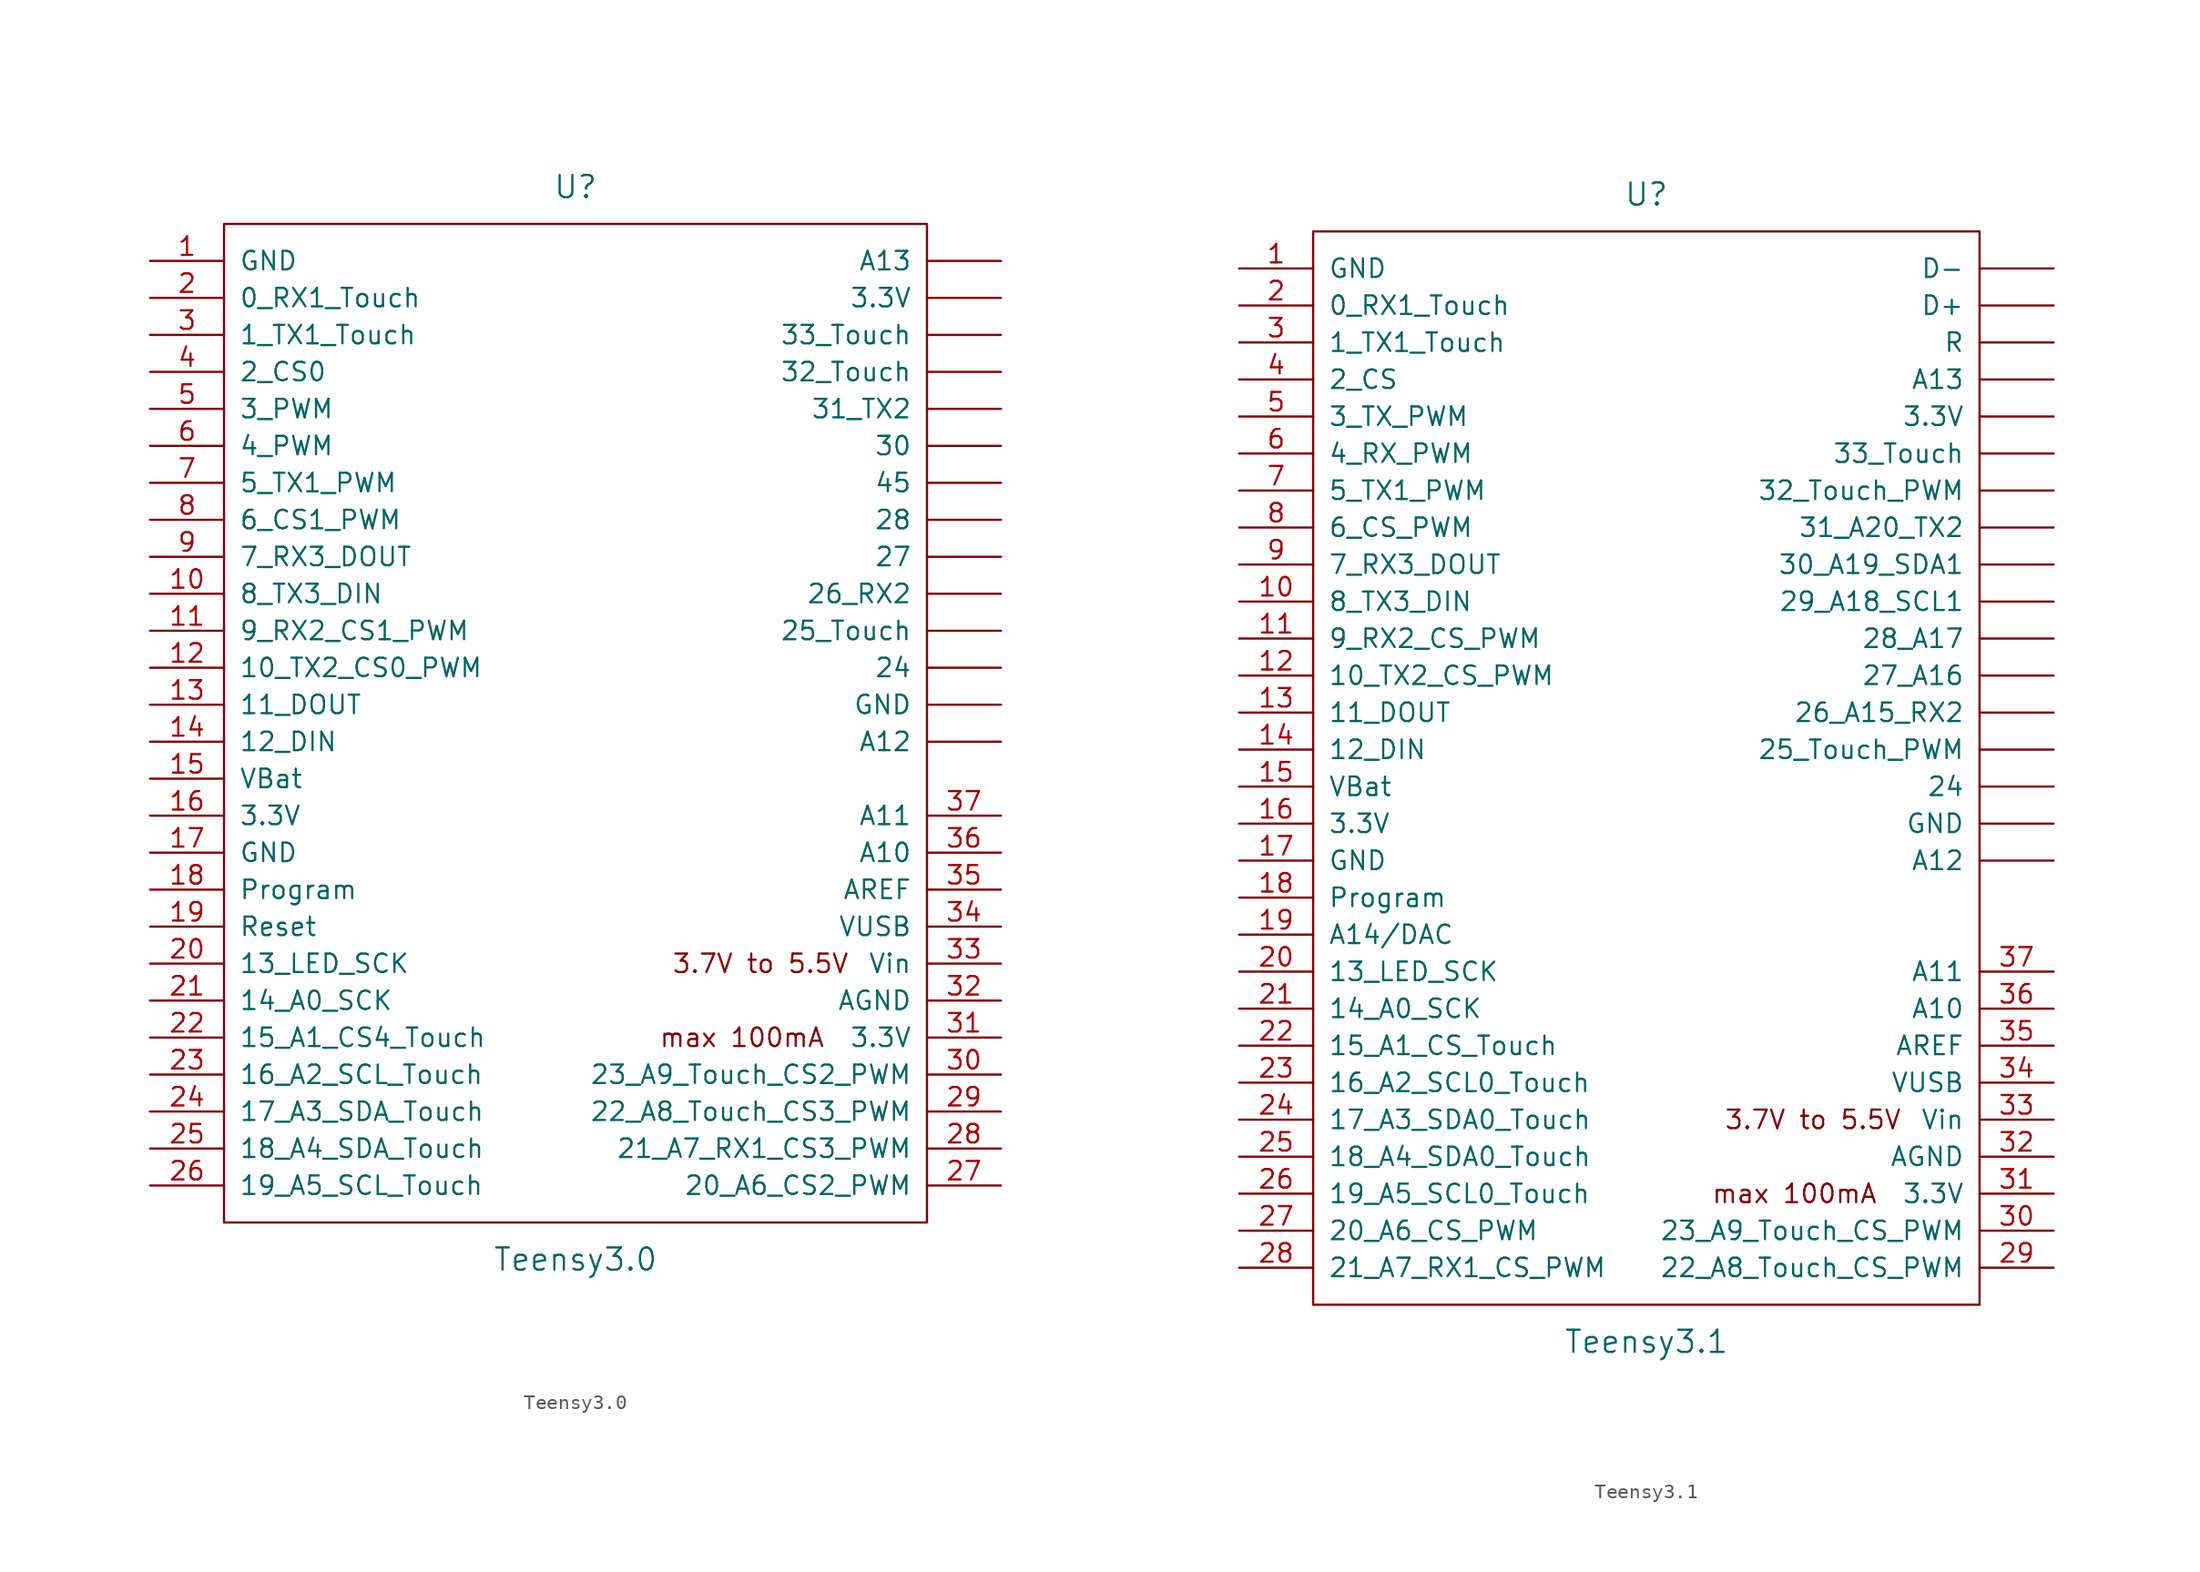
<source format=kicad_sym>
(kicad_symbol_lib
  (version 20201005)
  (generator kicad_symbol_editor)
  (symbol "teensy:Teensy3.0"
    (pin_names
      (offset 1.016))
    (property "Reference" "U"
      (at 0 36.83 0)
      (effects (font (size 1.524 1.524))))
    (property "Value" "Teensy3.0"
      (at 0 -36.83 0)
      (effects (font (size 1.524 1.524))))
    (property "Footprint" ""
      (at 0 -21.59 0)
      (effects (font (size 1.524 1.524))))
    (property "Datasheet" ""
      (at 0 -21.59 0)
      (effects (font (size 1.524 1.524))))
    (symbol "Teensy3.0_0_0"
      (text "3.7V to 5.5V" (at 12.7 -16.51 0) (effects (font (size 1.27 1.27))))
      (text "max 100mA" (at 11.43 -21.59 0) (effects (font (size 1.27 1.27)))))
    (symbol "Teensy3.0_0_1"
      (rectangle (start -24.13 34.29) (end 24.13 -34.29) (stroke (width 0)) (fill (type none))))
    (symbol "Teensy3.0_1_1"
      (pin power_in line (at -29.21 31.75 0) (length 5.08) (name "GND" (effects (font (size 1.27 1.27)))) (number "1" (effects (font (size 1.27 1.27)))))
      (pin bidirectional line (at -29.21 8.89 0) (length 5.08) (name "8_TX3_DIN" (effects (font (size 1.27 1.27)))) (number "10" (effects (font (size 1.27 1.27)))))
      (pin bidirectional line (at -29.21 6.35 0) (length 5.08) (name "9_RX2_CS1_PWM" (effects (font (size 1.27 1.27)))) (number "11" (effects (font (size 1.27 1.27)))))
      (pin bidirectional line (at -29.21 3.81 0) (length 5.08) (name "10_TX2_CS0_PWM" (effects (font (size 1.27 1.27)))) (number "12" (effects (font (size 1.27 1.27)))))
      (pin bidirectional line (at -29.21 1.27 0) (length 5.08) (name "11_DOUT" (effects (font (size 1.27 1.27)))) (number "13" (effects (font (size 1.27 1.27)))))
      (pin bidirectional line (at -29.21 -1.27 0) (length 5.08) (name "12_DIN" (effects (font (size 1.27 1.27)))) (number "14" (effects (font (size 1.27 1.27)))))
      (pin power_in line (at -29.21 -3.81 0) (length 5.08) (name "VBat" (effects (font (size 1.27 1.27)))) (number "15" (effects (font (size 1.27 1.27)))))
      (pin power_in line (at -29.21 -6.35 0) (length 5.08) (name "3.3V" (effects (font (size 1.27 1.27)))) (number "16" (effects (font (size 1.27 1.27)))))
      (pin power_in line (at -29.21 -8.89 0) (length 5.08) (name "GND" (effects (font (size 1.27 1.27)))) (number "17" (effects (font (size 1.27 1.27)))))
      (pin input line (at -29.21 -11.43 0) (length 5.08) (name "Program" (effects (font (size 1.27 1.27)))) (number "18" (effects (font (size 1.27 1.27)))))
      (pin input line (at -29.21 -13.97 0) (length 5.08) (name "Reset" (effects (font (size 1.27 1.27)))) (number "19" (effects (font (size 1.27 1.27)))))
      (pin bidirectional line (at -29.21 29.21 0) (length 5.08) (name "0_RX1_Touch" (effects (font (size 1.27 1.27)))) (number "2" (effects (font (size 1.27 1.27)))))
      (pin bidirectional line (at -29.21 -16.51 0) (length 5.08) (name "13_LED_SCK" (effects (font (size 1.27 1.27)))) (number "20" (effects (font (size 1.27 1.27)))))
      (pin bidirectional line (at -29.21 -19.05 0) (length 5.08) (name "14_A0_SCK" (effects (font (size 1.27 1.27)))) (number "21" (effects (font (size 1.27 1.27)))))
      (pin bidirectional line (at -29.21 -21.59 0) (length 5.08) (name "15_A1_CS4_Touch" (effects (font (size 1.27 1.27)))) (number "22" (effects (font (size 1.27 1.27)))))
      (pin bidirectional line (at -29.21 -24.13 0) (length 5.08) (name "16_A2_SCL_Touch" (effects (font (size 1.27 1.27)))) (number "23" (effects (font (size 1.27 1.27)))))
      (pin bidirectional line (at -29.21 -26.67 0) (length 5.08) (name "17_A3_SDA_Touch" (effects (font (size 1.27 1.27)))) (number "24" (effects (font (size 1.27 1.27)))))
      (pin bidirectional line (at -29.21 -29.21 0) (length 5.08) (name "18_A4_SDA_Touch" (effects (font (size 1.27 1.27)))) (number "25" (effects (font (size 1.27 1.27)))))
      (pin bidirectional line (at -29.21 -31.75 0) (length 5.08) (name "19_A5_SCL_Touch" (effects (font (size 1.27 1.27)))) (number "26" (effects (font (size 1.27 1.27)))))
      (pin bidirectional line (at 29.21 -31.75 180) (length 5.08) (name "20_A6_CS2_PWM" (effects (font (size 1.27 1.27)))) (number "27" (effects (font (size 1.27 1.27)))))
      (pin bidirectional line (at 29.21 -29.21 180) (length 5.08) (name "21_A7_RX1_CS3_PWM" (effects (font (size 1.27 1.27)))) (number "28" (effects (font (size 1.27 1.27)))))
      (pin bidirectional line (at 29.21 -26.67 180) (length 5.08) (name "22_A8_Touch_CS3_PWM" (effects (font (size 1.27 1.27)))) (number "29" (effects (font (size 1.27 1.27)))))
      (pin bidirectional line (at -29.21 26.67 0) (length 5.08) (name "1_TX1_Touch" (effects (font (size 1.27 1.27)))) (number "3" (effects (font (size 1.27 1.27)))))
      (pin bidirectional line (at 29.21 -24.13 180) (length 5.08) (name "23_A9_Touch_CS2_PWM" (effects (font (size 1.27 1.27)))) (number "30" (effects (font (size 1.27 1.27)))))
      (pin power_out line (at 29.21 -21.59 180) (length 5.08) (name "3.3V" (effects (font (size 1.27 1.27)))) (number "31" (effects (font (size 1.27 1.27)))))
      (pin power_out line (at 29.21 -19.05 180) (length 5.08) (name "AGND" (effects (font (size 1.27 1.27)))) (number "32" (effects (font (size 1.27 1.27)))))
      (pin power_in line (at 29.21 -16.51 180) (length 5.08) (name "Vin" (effects (font (size 1.27 1.27)))) (number "33" (effects (font (size 1.27 1.27)))))
      (pin power_in line (at 29.21 -13.97 180) (length 5.08) (name "VUSB" (effects (font (size 1.27 1.27)))) (number "34" (effects (font (size 1.27 1.27)))))
      (pin input line (at 29.21 -11.43 180) (length 5.08) (name "AREF" (effects (font (size 1.27 1.27)))) (number "35" (effects (font (size 1.27 1.27)))))
      (pin bidirectional line (at 29.21 -8.89 180) (length 5.08) (name "A10" (effects (font (size 1.27 1.27)))) (number "36" (effects (font (size 1.27 1.27)))))
      (pin bidirectional line (at 29.21 -6.35 180) (length 5.08) (name "A11" (effects (font (size 1.27 1.27)))) (number "37" (effects (font (size 1.27 1.27)))))
      (pin bidirectional line (at -29.21 24.13 0) (length 5.08) (name "2_CS0" (effects (font (size 1.27 1.27)))) (number "4" (effects (font (size 1.27 1.27)))))
      (pin bidirectional line (at -29.21 21.59 0) (length 5.08) (name "3_PWM" (effects (font (size 1.27 1.27)))) (number "5" (effects (font (size 1.27 1.27)))))
      (pin bidirectional line (at -29.21 19.05 0) (length 5.08) (name "4_PWM" (effects (font (size 1.27 1.27)))) (number "6" (effects (font (size 1.27 1.27)))))
      (pin bidirectional line (at -29.21 16.51 0) (length 5.08) (name "5_TX1_PWM" (effects (font (size 1.27 1.27)))) (number "7" (effects (font (size 1.27 1.27)))))
      (pin bidirectional line (at -29.21 13.97 0) (length 5.08) (name "6_CS1_PWM" (effects (font (size 1.27 1.27)))) (number "8" (effects (font (size 1.27 1.27)))))
      (pin bidirectional line (at -29.21 11.43 0) (length 5.08) (name "7_RX3_DOUT" (effects (font (size 1.27 1.27)))) (number "9" (effects (font (size 1.27 1.27)))))
      (pin bidirectional line (at 29.21 3.81 180) (length 5.08) (name "24" (effects (font (size 1.27 1.27)))) (number "~" (effects (font (size 1.27 1.27)))))
      (pin bidirectional line (at 29.21 6.35 180) (length 5.08) (name "25_Touch" (effects (font (size 1.27 1.27)))) (number "~" (effects (font (size 1.27 1.27)))))
      (pin bidirectional line (at 29.21 8.89 180) (length 5.08) (name "26_RX2" (effects (font (size 1.27 1.27)))) (number "~" (effects (font (size 1.27 1.27)))))
      (pin bidirectional line (at 29.21 11.43 180) (length 5.08) (name "27" (effects (font (size 1.27 1.27)))) (number "~" (effects (font (size 1.27 1.27)))))
      (pin bidirectional line (at 29.21 13.97 180) (length 5.08) (name "28" (effects (font (size 1.27 1.27)))) (number "~" (effects (font (size 1.27 1.27)))))
      (pin power_in line (at 29.21 29.21 180) (length 5.08) (name "3.3V" (effects (font (size 1.27 1.27)))) (number "~" (effects (font (size 1.27 1.27)))))
      (pin bidirectional line (at 29.21 19.05 180) (length 5.08) (name "30" (effects (font (size 1.27 1.27)))) (number "~" (effects (font (size 1.27 1.27)))))
      (pin bidirectional line (at 29.21 21.59 180) (length 5.08) (name "31_TX2" (effects (font (size 1.27 1.27)))) (number "~" (effects (font (size 1.27 1.27)))))
      (pin bidirectional line (at 29.21 24.13 180) (length 5.08) (name "32_Touch" (effects (font (size 1.27 1.27)))) (number "~" (effects (font (size 1.27 1.27)))))
      (pin bidirectional line (at 29.21 26.67 180) (length 5.08) (name "33_Touch" (effects (font (size 1.27 1.27)))) (number "~" (effects (font (size 1.27 1.27)))))
      (pin bidirectional line (at 29.21 16.51 180) (length 5.08) (name "45" (effects (font (size 1.27 1.27)))) (number "~" (effects (font (size 1.27 1.27)))))
      (pin bidirectional line (at 29.21 -1.27 180) (length 5.08) (name "A12" (effects (font (size 1.27 1.27)))) (number "~" (effects (font (size 1.27 1.27)))))
      (pin bidirectional line (at 29.21 31.75 180) (length 5.08) (name "A13" (effects (font (size 1.27 1.27)))) (number "~" (effects (font (size 1.27 1.27)))))
      (pin power_in line (at 29.21 1.27 180) (length 5.08) (name "GND" (effects (font (size 1.27 1.27)))) (number "~" (effects (font (size 1.27 1.27)))))))
  (symbol "teensy:Teensy3.1"
    (pin_names
      (offset 1.016))
    (property "Reference" "U"
      (at 0 39.37 0)
      (effects (font (size 1.524 1.524))))
    (property "Value" "Teensy3.1"
      (at 0 -39.37 0)
      (effects (font (size 1.524 1.524))))
    (property "Footprint" ""
      (at 0 -19.05 0)
      (effects (font (size 1.524 1.524))))
    (property "Datasheet" ""
      (at 0 -19.05 0)
      (effects (font (size 1.524 1.524))))
    (symbol "Teensy3.1_0_0"
      (text "3.7V to 5.5V" (at 11.43 -24.13 0) (effects (font (size 1.27 1.27))))
      (text "max 100mA" (at 10.16 -29.21 0) (effects (font (size 1.27 1.27)))))
    (symbol "Teensy3.1_0_1"
      (rectangle (start -22.86 36.83) (end 22.86 -36.83) (stroke (width 0)) (fill (type none))))
    (symbol "Teensy3.1_1_1"
      (pin power_in line (at -27.94 34.29 0) (length 5.08) (name "GND" (effects (font (size 1.27 1.27)))) (number "1" (effects (font (size 1.27 1.27)))))
      (pin bidirectional line (at -27.94 11.43 0) (length 5.08) (name "8_TX3_DIN" (effects (font (size 1.27 1.27)))) (number "10" (effects (font (size 1.27 1.27)))))
      (pin bidirectional line (at -27.94 8.89 0) (length 5.08) (name "9_RX2_CS_PWM" (effects (font (size 1.27 1.27)))) (number "11" (effects (font (size 1.27 1.27)))))
      (pin bidirectional line (at -27.94 6.35 0) (length 5.08) (name "10_TX2_CS_PWM" (effects (font (size 1.27 1.27)))) (number "12" (effects (font (size 1.27 1.27)))))
      (pin bidirectional line (at -27.94 3.81 0) (length 5.08) (name "11_DOUT" (effects (font (size 1.27 1.27)))) (number "13" (effects (font (size 1.27 1.27)))))
      (pin bidirectional line (at -27.94 1.27 0) (length 5.08) (name "12_DIN" (effects (font (size 1.27 1.27)))) (number "14" (effects (font (size 1.27 1.27)))))
      (pin power_in line (at -27.94 -1.27 0) (length 5.08) (name "VBat" (effects (font (size 1.27 1.27)))) (number "15" (effects (font (size 1.27 1.27)))))
      (pin power_in line (at -27.94 -3.81 0) (length 5.08) (name "3.3V" (effects (font (size 1.27 1.27)))) (number "16" (effects (font (size 1.27 1.27)))))
      (pin power_in line (at -27.94 -6.35 0) (length 5.08) (name "GND" (effects (font (size 1.27 1.27)))) (number "17" (effects (font (size 1.27 1.27)))))
      (pin input line (at -27.94 -8.89 0) (length 5.08) (name "Program" (effects (font (size 1.27 1.27)))) (number "18" (effects (font (size 1.27 1.27)))))
      (pin bidirectional line (at -27.94 -11.43 0) (length 5.08) (name "A14/DAC" (effects (font (size 1.27 1.27)))) (number "19" (effects (font (size 1.27 1.27)))))
      (pin bidirectional line (at -27.94 31.75 0) (length 5.08) (name "0_RX1_Touch" (effects (font (size 1.27 1.27)))) (number "2" (effects (font (size 1.27 1.27)))))
      (pin bidirectional line (at -27.94 -13.97 0) (length 5.08) (name "13_LED_SCK" (effects (font (size 1.27 1.27)))) (number "20" (effects (font (size 1.27 1.27)))))
      (pin bidirectional line (at -27.94 -16.51 0) (length 5.08) (name "14_A0_SCK" (effects (font (size 1.27 1.27)))) (number "21" (effects (font (size 1.27 1.27)))))
      (pin bidirectional line (at -27.94 -19.05 0) (length 5.08) (name "15_A1_CS_Touch" (effects (font (size 1.27 1.27)))) (number "22" (effects (font (size 1.27 1.27)))))
      (pin bidirectional line (at -27.94 -21.59 0) (length 5.08) (name "16_A2_SCL0_Touch" (effects (font (size 1.27 1.27)))) (number "23" (effects (font (size 1.27 1.27)))))
      (pin bidirectional line (at -27.94 -24.13 0) (length 5.08) (name "17_A3_SDA0_Touch" (effects (font (size 1.27 1.27)))) (number "24" (effects (font (size 1.27 1.27)))))
      (pin bidirectional line (at -27.94 -26.67 0) (length 5.08) (name "18_A4_SDA0_Touch" (effects (font (size 1.27 1.27)))) (number "25" (effects (font (size 1.27 1.27)))))
      (pin bidirectional line (at -27.94 -29.21 0) (length 5.08) (name "19_A5_SCL0_Touch" (effects (font (size 1.27 1.27)))) (number "26" (effects (font (size 1.27 1.27)))))
      (pin bidirectional line (at -27.94 -31.75 0) (length 5.08) (name "20_A6_CS_PWM" (effects (font (size 1.27 1.27)))) (number "27" (effects (font (size 1.27 1.27)))))
      (pin bidirectional line (at -27.94 -34.29 0) (length 5.08) (name "21_A7_RX1_CS_PWM" (effects (font (size 1.27 1.27)))) (number "28" (effects (font (size 1.27 1.27)))))
      (pin bidirectional line (at 27.94 -34.29 180) (length 5.08) (name "22_A8_Touch_CS_PWM" (effects (font (size 1.27 1.27)))) (number "29" (effects (font (size 1.27 1.27)))))
      (pin bidirectional line (at -27.94 29.21 0) (length 5.08) (name "1_TX1_Touch" (effects (font (size 1.27 1.27)))) (number "3" (effects (font (size 1.27 1.27)))))
      (pin bidirectional line (at 27.94 -31.75 180) (length 5.08) (name "23_A9_Touch_CS_PWM" (effects (font (size 1.27 1.27)))) (number "30" (effects (font (size 1.27 1.27)))))
      (pin power_out line (at 27.94 -29.21 180) (length 5.08) (name "3.3V" (effects (font (size 1.27 1.27)))) (number "31" (effects (font (size 1.27 1.27)))))
      (pin power_out line (at 27.94 -26.67 180) (length 5.08) (name "AGND" (effects (font (size 1.27 1.27)))) (number "32" (effects (font (size 1.27 1.27)))))
      (pin power_in line (at 27.94 -24.13 180) (length 5.08) (name "Vin" (effects (font (size 1.27 1.27)))) (number "33" (effects (font (size 1.27 1.27)))))
      (pin power_in line (at 27.94 -21.59 180) (length 5.08) (name "VUSB" (effects (font (size 1.27 1.27)))) (number "34" (effects (font (size 1.27 1.27)))))
      (pin input line (at 27.94 -19.05 180) (length 5.08) (name "AREF" (effects (font (size 1.27 1.27)))) (number "35" (effects (font (size 1.27 1.27)))))
      (pin bidirectional line (at 27.94 -16.51 180) (length 5.08) (name "A10" (effects (font (size 1.27 1.27)))) (number "36" (effects (font (size 1.27 1.27)))))
      (pin bidirectional line (at 27.94 -13.97 180) (length 5.08) (name "A11" (effects (font (size 1.27 1.27)))) (number "37" (effects (font (size 1.27 1.27)))))
      (pin bidirectional line (at -27.94 26.67 0) (length 5.08) (name "2_CS" (effects (font (size 1.27 1.27)))) (number "4" (effects (font (size 1.27 1.27)))))
      (pin bidirectional line (at -27.94 24.13 0) (length 5.08) (name "3_TX_PWM" (effects (font (size 1.27 1.27)))) (number "5" (effects (font (size 1.27 1.27)))))
      (pin bidirectional line (at -27.94 21.59 0) (length 5.08) (name "4_RX_PWM" (effects (font (size 1.27 1.27)))) (number "6" (effects (font (size 1.27 1.27)))))
      (pin bidirectional line (at -27.94 19.05 0) (length 5.08) (name "5_TX1_PWM" (effects (font (size 1.27 1.27)))) (number "7" (effects (font (size 1.27 1.27)))))
      (pin bidirectional line (at -27.94 16.51 0) (length 5.08) (name "6_CS_PWM" (effects (font (size 1.27 1.27)))) (number "8" (effects (font (size 1.27 1.27)))))
      (pin bidirectional line (at -27.94 13.97 0) (length 5.08) (name "7_RX3_DOUT" (effects (font (size 1.27 1.27)))) (number "9" (effects (font (size 1.27 1.27)))))
      (pin bidirectional line (at 27.94 -1.27 180) (length 5.08) (name "24" (effects (font (size 1.27 1.27)))) (number "~" (effects (font (size 1.27 1.27)))))
      (pin bidirectional line (at 27.94 1.27 180) (length 5.08) (name "25_Touch_PWM" (effects (font (size 1.27 1.27)))) (number "~" (effects (font (size 1.27 1.27)))))
      (pin bidirectional line (at 27.94 3.81 180) (length 5.08) (name "26_A15_RX2" (effects (font (size 1.27 1.27)))) (number "~" (effects (font (size 1.27 1.27)))))
      (pin bidirectional line (at 27.94 6.35 180) (length 5.08) (name "27_A16" (effects (font (size 1.27 1.27)))) (number "~" (effects (font (size 1.27 1.27)))))
      (pin bidirectional line (at 27.94 8.89 180) (length 5.08) (name "28_A17" (effects (font (size 1.27 1.27)))) (number "~" (effects (font (size 1.27 1.27)))))
      (pin bidirectional line (at 27.94 11.43 180) (length 5.08) (name "29_A18_SCL1" (effects (font (size 1.27 1.27)))) (number "~" (effects (font (size 1.27 1.27)))))
      (pin power_in line (at 27.94 24.13 180) (length 5.08) (name "3.3V" (effects (font (size 1.27 1.27)))) (number "~" (effects (font (size 1.27 1.27)))))
      (pin bidirectional line (at 27.94 13.97 180) (length 5.08) (name "30_A19_SDA1" (effects (font (size 1.27 1.27)))) (number "~" (effects (font (size 1.27 1.27)))))
      (pin bidirectional line (at 27.94 16.51 180) (length 5.08) (name "31_A20_TX2" (effects (font (size 1.27 1.27)))) (number "~" (effects (font (size 1.27 1.27)))))
      (pin bidirectional line (at 27.94 19.05 180) (length 5.08) (name "32_Touch_PWM" (effects (font (size 1.27 1.27)))) (number "~" (effects (font (size 1.27 1.27)))))
      (pin bidirectional line (at 27.94 21.59 180) (length 5.08) (name "33_Touch" (effects (font (size 1.27 1.27)))) (number "~" (effects (font (size 1.27 1.27)))))
      (pin bidirectional line (at 27.94 -6.35 180) (length 5.08) (name "A12" (effects (font (size 1.27 1.27)))) (number "~" (effects (font (size 1.27 1.27)))))
      (pin bidirectional line (at 27.94 26.67 180) (length 5.08) (name "A13" (effects (font (size 1.27 1.27)))) (number "~" (effects (font (size 1.27 1.27)))))
      (pin bidirectional line (at 27.94 31.75 180) (length 5.08) (name "D+" (effects (font (size 1.27 1.27)))) (number "~" (effects (font (size 1.27 1.27)))))
      (pin bidirectional line (at 27.94 34.29 180) (length 5.08) (name "D-" (effects (font (size 1.27 1.27)))) (number "~" (effects (font (size 1.27 1.27)))))
      (pin power_in line (at 27.94 -3.81 180) (length 5.08) (name "GND" (effects (font (size 1.27 1.27)))) (number "~" (effects (font (size 1.27 1.27)))))
      (pin input line (at 27.94 29.21 180) (length 5.08) (name "R" (effects (font (size 1.27 1.27)))) (number "~" (effects (font (size 1.27 1.27))))))))
</source>
